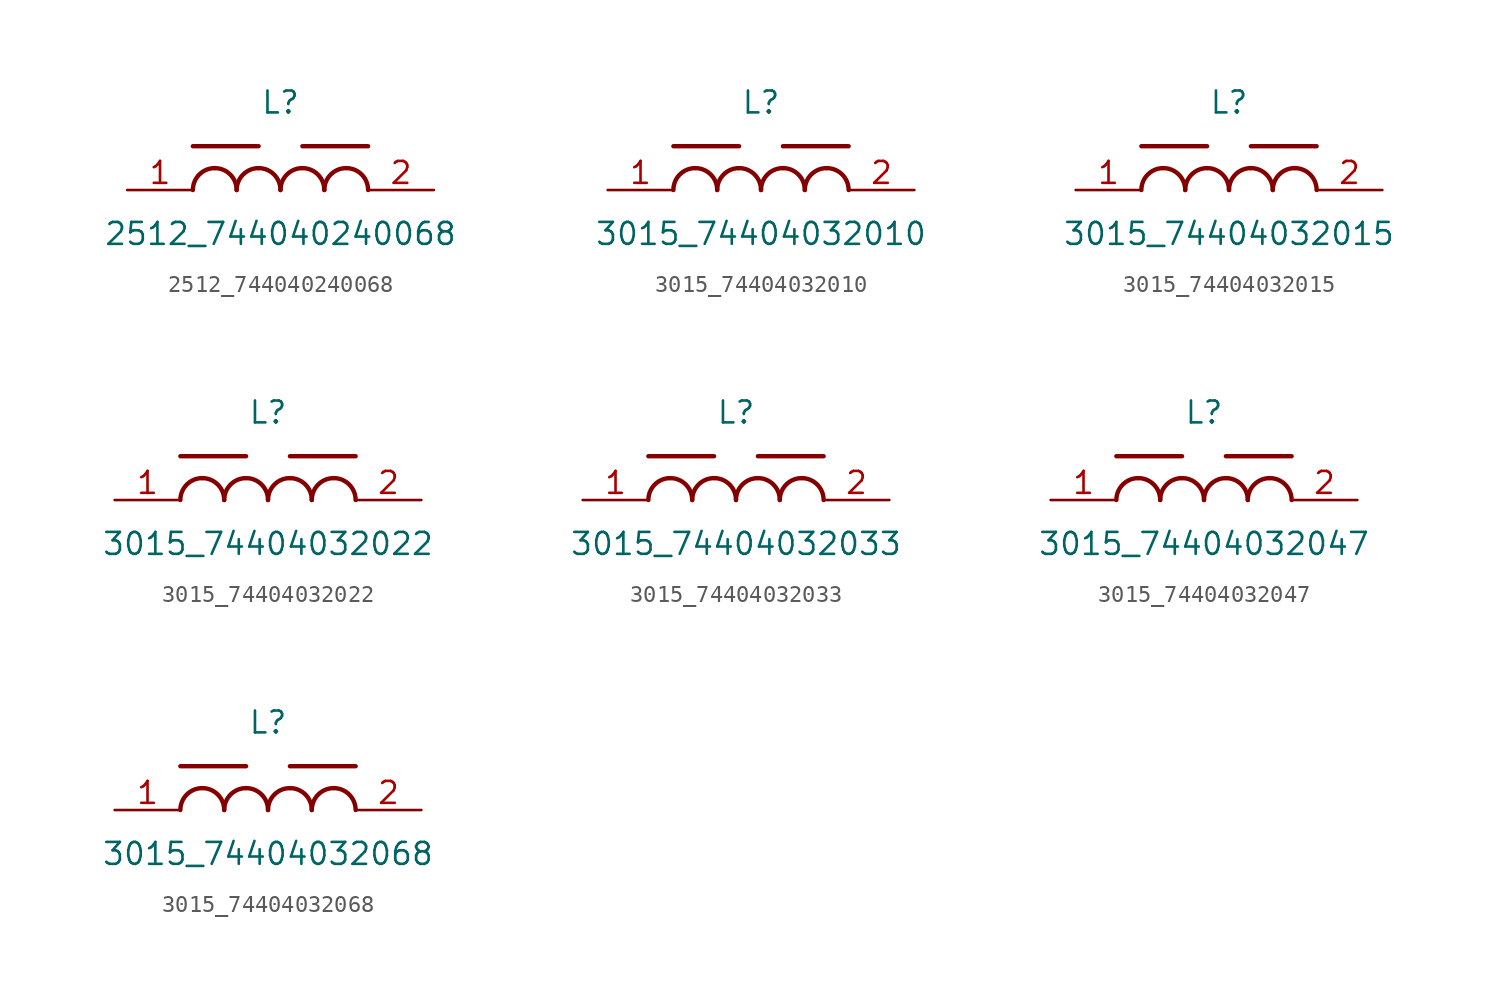
<source format=kicad_sym>
(kicad_symbol_lib
  (version 20211014)
  (generator kicad_symbol_editor)
  (symbol "Inductor_Wurth_WE-LQS:2512_744040240068"
    (pin_names hide)
    (property "Reference" "L"
      (at 0 5.08 0)
      (effects (font (size 1.27 1.27))))
    (property "Value" "2512_744040240068"
      (at 0 -2.54 0)
      (effects (font (size 1.27 1.27))))
    (symbol "2512_744040240068_0_1"
      (arc (start -3.81 1.27) (mid -4.708 0.898) (end -5.08 0) (stroke (width 0.254) (type default) (color 0 0 0 0)) (fill (type none)))
      (arc (start -2.54 0) (mid -2.912 0.898) (end -3.81 1.27) (stroke (width 0.254) (type default) (color 0 0 0 0)) (fill (type none)))
      (arc (start -1.2699 1.2701) (mid -2.1679 0.8981) (end -2.5399 0.0001) (stroke (width 0.254) (type default) (color 0 0 0 0)) (fill (type none)))
      (polyline (pts (xy -5.08 2.54) (xy -1.27 2.54)) (stroke (width 0.254) (type default) (color 0 0 0 0)) (fill (type none)))
      (polyline (pts (xy 5.08 2.54) (xy 1.27 2.54)) (stroke (width 0.254) (type default) (color 0 0 0 0)) (fill (type none)))
      (arc (start 0.0001 0.0001) (mid -0.3719 0.8981) (end -1.2699 1.2701) (stroke (width 0.254) (type default) (color 0 0 0 0)) (fill (type none)))
      (arc (start 1.2701 1.2701) (mid 0.3721 0.8981) (end 0.0001 0.0001) (stroke (width 0.254) (type default) (color 0 0 0 0)) (fill (type none)))
      (arc (start 2.5401 0.0001) (mid 2.1681 0.8981) (end 1.2701 1.2701) (stroke (width 0.254) (type default) (color 0 0 0 0)) (fill (type none)))
      (arc (start 3.8101 1.2701) (mid 2.9121 0.8981) (end 2.5401 0.0001) (stroke (width 0.254) (type default) (color 0 0 0 0)) (fill (type none)))
      (arc (start 5.0801 0.0001) (mid 4.7081 0.8981) (end 3.8101 1.2701) (stroke (width 0.254) (type default) (color 0 0 0 0)) (fill (type none))))
    (symbol "2512_744040240068_1_1"
      (pin passive line (at -8.89 0 0) (length 3.81) (name "1" (effects (font (size 1.27 1.27)))) (number "1" (effects (font (size 1.27 1.27)))))
      (pin passive line (at 8.89 0 180) (length 3.81) (name "2" (effects (font (size 1.27 1.27)))) (number "2" (effects (font (size 1.27 1.27)))))))
  (symbol "Inductor_Wurth_WE-LQS:3015_74404032010"
    (pin_names hide)
    (property "Reference" "L"
      (at 0 5.08 0)
      (effects (font (size 1.27 1.27))))
    (property "Value" "3015_74404032010"
      (at 0 -2.54 0)
      (effects (font (size 1.27 1.27))))
    (symbol "3015_74404032010_0_1"
      (arc (start -3.81 1.27) (mid -4.708 0.898) (end -5.08 0) (stroke (width 0.254) (type default) (color 0 0 0 0)) (fill (type none)))
      (arc (start -2.54 0) (mid -2.912 0.898) (end -3.81 1.27) (stroke (width 0.254) (type default) (color 0 0 0 0)) (fill (type none)))
      (arc (start -1.2699 1.2701) (mid -2.1679 0.8981) (end -2.5399 0.0001) (stroke (width 0.254) (type default) (color 0 0 0 0)) (fill (type none)))
      (polyline (pts (xy -5.08 2.54) (xy -1.27 2.54)) (stroke (width 0.254) (type default) (color 0 0 0 0)) (fill (type none)))
      (polyline (pts (xy 5.08 2.54) (xy 1.27 2.54)) (stroke (width 0.254) (type default) (color 0 0 0 0)) (fill (type none)))
      (arc (start 0.0001 0.0001) (mid -0.3719 0.8981) (end -1.2699 1.2701) (stroke (width 0.254) (type default) (color 0 0 0 0)) (fill (type none)))
      (arc (start 1.2701 1.2701) (mid 0.3721 0.8981) (end 0.0001 0.0001) (stroke (width 0.254) (type default) (color 0 0 0 0)) (fill (type none)))
      (arc (start 2.5401 0.0001) (mid 2.1681 0.8981) (end 1.2701 1.2701) (stroke (width 0.254) (type default) (color 0 0 0 0)) (fill (type none)))
      (arc (start 3.8101 1.2701) (mid 2.9121 0.8981) (end 2.5401 0.0001) (stroke (width 0.254) (type default) (color 0 0 0 0)) (fill (type none)))
      (arc (start 5.0801 0.0001) (mid 4.7081 0.8981) (end 3.8101 1.2701) (stroke (width 0.254) (type default) (color 0 0 0 0)) (fill (type none))))
    (symbol "3015_74404032010_1_1"
      (pin passive line (at -8.89 0 0) (length 3.81) (name "1" (effects (font (size 1.27 1.27)))) (number "1" (effects (font (size 1.27 1.27)))))
      (pin passive line (at 8.89 0 180) (length 3.81) (name "2" (effects (font (size 1.27 1.27)))) (number "2" (effects (font (size 1.27 1.27)))))))
  (symbol "Inductor_Wurth_WE-LQS:3015_74404032015"
    (pin_names hide)
    (property "Reference" "L"
      (at 0 5.08 0)
      (effects (font (size 1.27 1.27))))
    (property "Value" "3015_74404032015"
      (at 0 -2.54 0)
      (effects (font (size 1.27 1.27))))
    (symbol "3015_74404032015_0_1"
      (arc (start -3.81 1.27) (mid -4.708 0.898) (end -5.08 0) (stroke (width 0.254) (type default) (color 0 0 0 0)) (fill (type none)))
      (arc (start -2.54 0) (mid -2.912 0.898) (end -3.81 1.27) (stroke (width 0.254) (type default) (color 0 0 0 0)) (fill (type none)))
      (arc (start -1.2699 1.2701) (mid -2.1679 0.8981) (end -2.5399 0.0001) (stroke (width 0.254) (type default) (color 0 0 0 0)) (fill (type none)))
      (polyline (pts (xy -5.08 2.54) (xy -1.27 2.54)) (stroke (width 0.254) (type default) (color 0 0 0 0)) (fill (type none)))
      (polyline (pts (xy 5.08 2.54) (xy 1.27 2.54)) (stroke (width 0.254) (type default) (color 0 0 0 0)) (fill (type none)))
      (arc (start 0.0001 0.0001) (mid -0.3719 0.8981) (end -1.2699 1.2701) (stroke (width 0.254) (type default) (color 0 0 0 0)) (fill (type none)))
      (arc (start 1.2701 1.2701) (mid 0.3721 0.8981) (end 0.0001 0.0001) (stroke (width 0.254) (type default) (color 0 0 0 0)) (fill (type none)))
      (arc (start 2.5401 0.0001) (mid 2.1681 0.8981) (end 1.2701 1.2701) (stroke (width 0.254) (type default) (color 0 0 0 0)) (fill (type none)))
      (arc (start 3.8101 1.2701) (mid 2.9121 0.8981) (end 2.5401 0.0001) (stroke (width 0.254) (type default) (color 0 0 0 0)) (fill (type none)))
      (arc (start 5.0801 0.0001) (mid 4.7081 0.8981) (end 3.8101 1.2701) (stroke (width 0.254) (type default) (color 0 0 0 0)) (fill (type none))))
    (symbol "3015_74404032015_1_1"
      (pin passive line (at -8.89 0 0) (length 3.81) (name "1" (effects (font (size 1.27 1.27)))) (number "1" (effects (font (size 1.27 1.27)))))
      (pin passive line (at 8.89 0 180) (length 3.81) (name "2" (effects (font (size 1.27 1.27)))) (number "2" (effects (font (size 1.27 1.27)))))))
  (symbol "Inductor_Wurth_WE-LQS:3015_74404032022"
    (pin_names hide)
    (property "Reference" "L"
      (at 0 5.08 0)
      (effects (font (size 1.27 1.27))))
    (property "Value" "3015_74404032022"
      (at 0 -2.54 0)
      (effects (font (size 1.27 1.27))))
    (symbol "3015_74404032022_0_1"
      (arc (start -3.81 1.27) (mid -4.708 0.898) (end -5.08 0) (stroke (width 0.254) (type default) (color 0 0 0 0)) (fill (type none)))
      (arc (start -2.54 0) (mid -2.912 0.898) (end -3.81 1.27) (stroke (width 0.254) (type default) (color 0 0 0 0)) (fill (type none)))
      (arc (start -1.2699 1.2701) (mid -2.1679 0.8981) (end -2.5399 0.0001) (stroke (width 0.254) (type default) (color 0 0 0 0)) (fill (type none)))
      (polyline (pts (xy -5.08 2.54) (xy -1.27 2.54)) (stroke (width 0.254) (type default) (color 0 0 0 0)) (fill (type none)))
      (polyline (pts (xy 5.08 2.54) (xy 1.27 2.54)) (stroke (width 0.254) (type default) (color 0 0 0 0)) (fill (type none)))
      (arc (start 0.0001 0.0001) (mid -0.3719 0.8981) (end -1.2699 1.2701) (stroke (width 0.254) (type default) (color 0 0 0 0)) (fill (type none)))
      (arc (start 1.2701 1.2701) (mid 0.3721 0.8981) (end 0.0001 0.0001) (stroke (width 0.254) (type default) (color 0 0 0 0)) (fill (type none)))
      (arc (start 2.5401 0.0001) (mid 2.1681 0.8981) (end 1.2701 1.2701) (stroke (width 0.254) (type default) (color 0 0 0 0)) (fill (type none)))
      (arc (start 3.8101 1.2701) (mid 2.9121 0.8981) (end 2.5401 0.0001) (stroke (width 0.254) (type default) (color 0 0 0 0)) (fill (type none)))
      (arc (start 5.0801 0.0001) (mid 4.7081 0.8981) (end 3.8101 1.2701) (stroke (width 0.254) (type default) (color 0 0 0 0)) (fill (type none))))
    (symbol "3015_74404032022_1_1"
      (pin passive line (at -8.89 0 0) (length 3.81) (name "1" (effects (font (size 1.27 1.27)))) (number "1" (effects (font (size 1.27 1.27)))))
      (pin passive line (at 8.89 0 180) (length 3.81) (name "2" (effects (font (size 1.27 1.27)))) (number "2" (effects (font (size 1.27 1.27)))))))
  (symbol "Inductor_Wurth_WE-LQS:3015_74404032033"
    (pin_names hide)
    (property "Reference" "L"
      (at 0 5.08 0)
      (effects (font (size 1.27 1.27))))
    (property "Value" "3015_74404032033"
      (at 0 -2.54 0)
      (effects (font (size 1.27 1.27))))
    (symbol "3015_74404032033_0_1"
      (arc (start -3.81 1.27) (mid -4.708 0.898) (end -5.08 0) (stroke (width 0.254) (type default) (color 0 0 0 0)) (fill (type none)))
      (arc (start -2.54 0) (mid -2.912 0.898) (end -3.81 1.27) (stroke (width 0.254) (type default) (color 0 0 0 0)) (fill (type none)))
      (arc (start -1.2699 1.2701) (mid -2.1679 0.8981) (end -2.5399 0.0001) (stroke (width 0.254) (type default) (color 0 0 0 0)) (fill (type none)))
      (polyline (pts (xy -5.08 2.54) (xy -1.27 2.54)) (stroke (width 0.254) (type default) (color 0 0 0 0)) (fill (type none)))
      (polyline (pts (xy 5.08 2.54) (xy 1.27 2.54)) (stroke (width 0.254) (type default) (color 0 0 0 0)) (fill (type none)))
      (arc (start 0.0001 0.0001) (mid -0.3719 0.8981) (end -1.2699 1.2701) (stroke (width 0.254) (type default) (color 0 0 0 0)) (fill (type none)))
      (arc (start 1.2701 1.2701) (mid 0.3721 0.8981) (end 0.0001 0.0001) (stroke (width 0.254) (type default) (color 0 0 0 0)) (fill (type none)))
      (arc (start 2.5401 0.0001) (mid 2.1681 0.8981) (end 1.2701 1.2701) (stroke (width 0.254) (type default) (color 0 0 0 0)) (fill (type none)))
      (arc (start 3.8101 1.2701) (mid 2.9121 0.8981) (end 2.5401 0.0001) (stroke (width 0.254) (type default) (color 0 0 0 0)) (fill (type none)))
      (arc (start 5.0801 0.0001) (mid 4.7081 0.8981) (end 3.8101 1.2701) (stroke (width 0.254) (type default) (color 0 0 0 0)) (fill (type none))))
    (symbol "3015_74404032033_1_1"
      (pin passive line (at -8.89 0 0) (length 3.81) (name "1" (effects (font (size 1.27 1.27)))) (number "1" (effects (font (size 1.27 1.27)))))
      (pin passive line (at 8.89 0 180) (length 3.81) (name "2" (effects (font (size 1.27 1.27)))) (number "2" (effects (font (size 1.27 1.27)))))))
  (symbol "Inductor_Wurth_WE-LQS:3015_74404032047"
    (pin_names hide)
    (property "Reference" "L"
      (at 0 5.08 0)
      (effects (font (size 1.27 1.27))))
    (property "Value" "3015_74404032047"
      (at 0 -2.54 0)
      (effects (font (size 1.27 1.27))))
    (symbol "3015_74404032047_0_1"
      (arc (start -3.81 1.27) (mid -4.708 0.898) (end -5.08 0) (stroke (width 0.254) (type default) (color 0 0 0 0)) (fill (type none)))
      (arc (start -2.54 0) (mid -2.912 0.898) (end -3.81 1.27) (stroke (width 0.254) (type default) (color 0 0 0 0)) (fill (type none)))
      (arc (start -1.2699 1.2701) (mid -2.1679 0.8981) (end -2.5399 0.0001) (stroke (width 0.254) (type default) (color 0 0 0 0)) (fill (type none)))
      (polyline (pts (xy -5.08 2.54) (xy -1.27 2.54)) (stroke (width 0.254) (type default) (color 0 0 0 0)) (fill (type none)))
      (polyline (pts (xy 5.08 2.54) (xy 1.27 2.54)) (stroke (width 0.254) (type default) (color 0 0 0 0)) (fill (type none)))
      (arc (start 0.0001 0.0001) (mid -0.3719 0.8981) (end -1.2699 1.2701) (stroke (width 0.254) (type default) (color 0 0 0 0)) (fill (type none)))
      (arc (start 1.2701 1.2701) (mid 0.3721 0.8981) (end 0.0001 0.0001) (stroke (width 0.254) (type default) (color 0 0 0 0)) (fill (type none)))
      (arc (start 2.5401 0.0001) (mid 2.1681 0.8981) (end 1.2701 1.2701) (stroke (width 0.254) (type default) (color 0 0 0 0)) (fill (type none)))
      (arc (start 3.8101 1.2701) (mid 2.9121 0.8981) (end 2.5401 0.0001) (stroke (width 0.254) (type default) (color 0 0 0 0)) (fill (type none)))
      (arc (start 5.0801 0.0001) (mid 4.7081 0.8981) (end 3.8101 1.2701) (stroke (width 0.254) (type default) (color 0 0 0 0)) (fill (type none))))
    (symbol "3015_74404032047_1_1"
      (pin passive line (at -8.89 0 0) (length 3.81) (name "1" (effects (font (size 1.27 1.27)))) (number "1" (effects (font (size 1.27 1.27)))))
      (pin passive line (at 8.89 0 180) (length 3.81) (name "2" (effects (font (size 1.27 1.27)))) (number "2" (effects (font (size 1.27 1.27)))))))
  (symbol "Inductor_Wurth_WE-LQS:3015_74404032068"
    (pin_names hide)
    (property "Reference" "L"
      (at 0 5.08 0)
      (effects (font (size 1.27 1.27))))
    (property "Value" "3015_74404032068"
      (at 0 -2.54 0)
      (effects (font (size 1.27 1.27))))
    (symbol "3015_74404032068_0_1"
      (arc (start -3.81 1.27) (mid -4.708 0.898) (end -5.08 0) (stroke (width 0.254) (type default) (color 0 0 0 0)) (fill (type none)))
      (arc (start -2.54 0) (mid -2.912 0.898) (end -3.81 1.27) (stroke (width 0.254) (type default) (color 0 0 0 0)) (fill (type none)))
      (arc (start -1.2699 1.2701) (mid -2.1679 0.8981) (end -2.5399 0.0001) (stroke (width 0.254) (type default) (color 0 0 0 0)) (fill (type none)))
      (polyline (pts (xy -5.08 2.54) (xy -1.27 2.54)) (stroke (width 0.254) (type default) (color 0 0 0 0)) (fill (type none)))
      (polyline (pts (xy 5.08 2.54) (xy 1.27 2.54)) (stroke (width 0.254) (type default) (color 0 0 0 0)) (fill (type none)))
      (arc (start 0.0001 0.0001) (mid -0.3719 0.8981) (end -1.2699 1.2701) (stroke (width 0.254) (type default) (color 0 0 0 0)) (fill (type none)))
      (arc (start 1.2701 1.2701) (mid 0.3721 0.8981) (end 0.0001 0.0001) (stroke (width 0.254) (type default) (color 0 0 0 0)) (fill (type none)))
      (arc (start 2.5401 0.0001) (mid 2.1681 0.8981) (end 1.2701 1.2701) (stroke (width 0.254) (type default) (color 0 0 0 0)) (fill (type none)))
      (arc (start 3.8101 1.2701) (mid 2.9121 0.8981) (end 2.5401 0.0001) (stroke (width 0.254) (type default) (color 0 0 0 0)) (fill (type none)))
      (arc (start 5.0801 0.0001) (mid 4.7081 0.8981) (end 3.8101 1.2701) (stroke (width 0.254) (type default) (color 0 0 0 0)) (fill (type none))))
    (symbol "3015_74404032068_1_1"
      (pin passive line (at -8.89 0 0) (length 3.81) (name "1" (effects (font (size 1.27 1.27)))) (number "1" (effects (font (size 1.27 1.27)))))
      (pin passive line (at 8.89 0 180) (length 3.81) (name "2" (effects (font (size 1.27 1.27)))) (number "2" (effects (font (size 1.27 1.27))))))))
</source>
